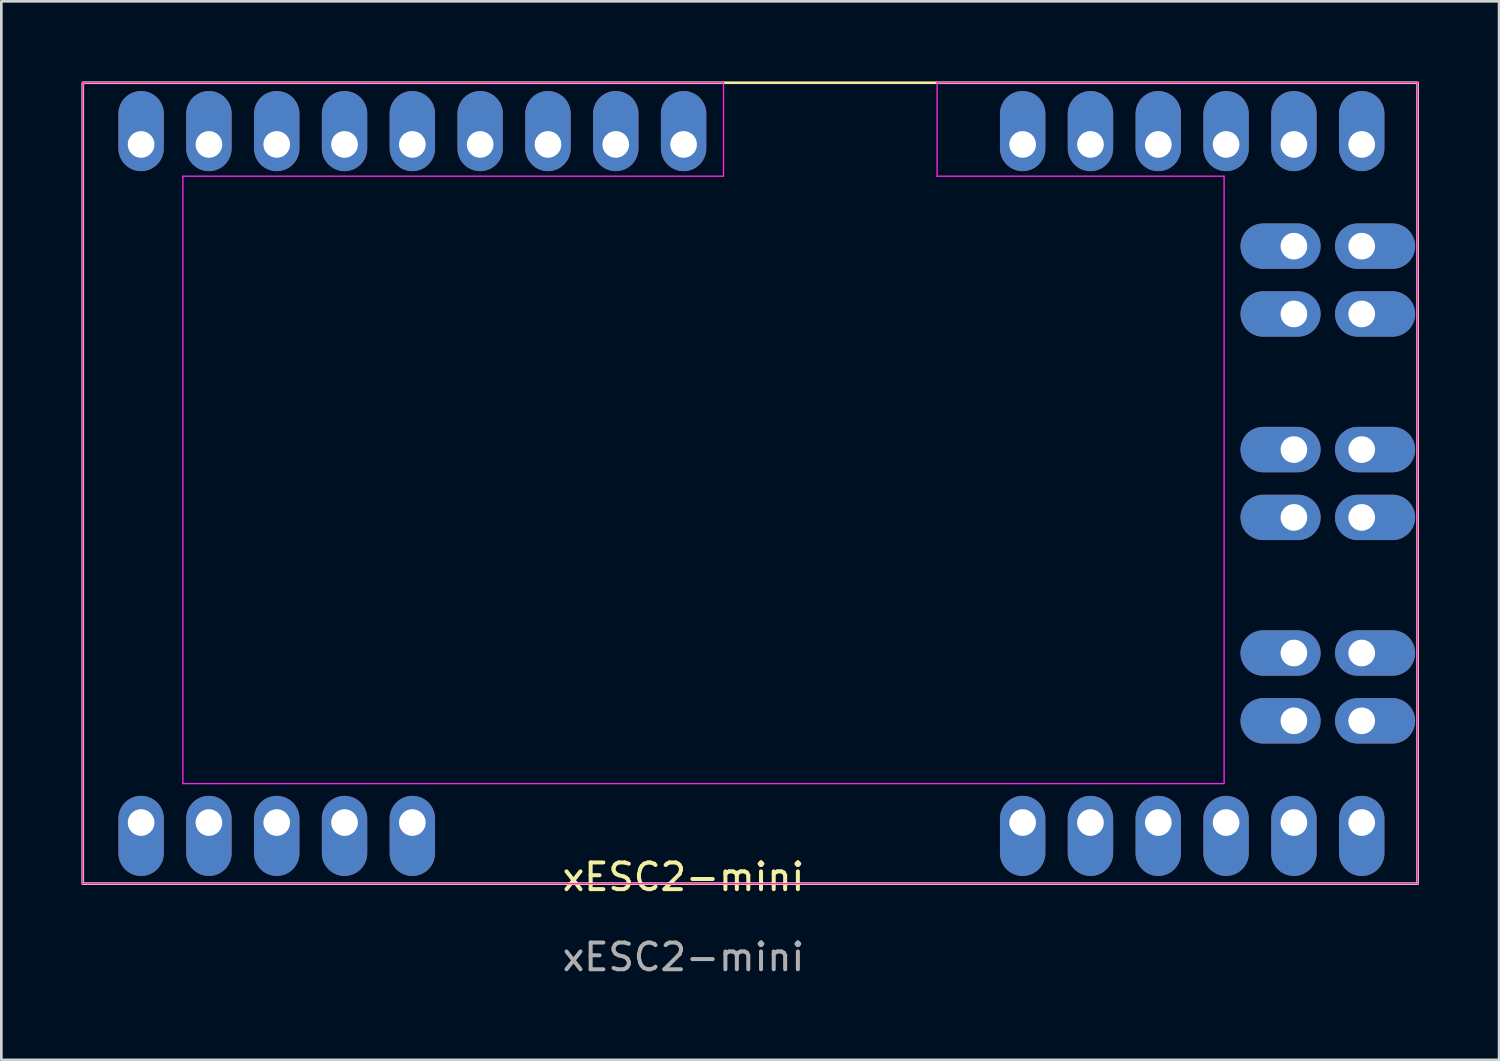
<source format=kicad_pcb>
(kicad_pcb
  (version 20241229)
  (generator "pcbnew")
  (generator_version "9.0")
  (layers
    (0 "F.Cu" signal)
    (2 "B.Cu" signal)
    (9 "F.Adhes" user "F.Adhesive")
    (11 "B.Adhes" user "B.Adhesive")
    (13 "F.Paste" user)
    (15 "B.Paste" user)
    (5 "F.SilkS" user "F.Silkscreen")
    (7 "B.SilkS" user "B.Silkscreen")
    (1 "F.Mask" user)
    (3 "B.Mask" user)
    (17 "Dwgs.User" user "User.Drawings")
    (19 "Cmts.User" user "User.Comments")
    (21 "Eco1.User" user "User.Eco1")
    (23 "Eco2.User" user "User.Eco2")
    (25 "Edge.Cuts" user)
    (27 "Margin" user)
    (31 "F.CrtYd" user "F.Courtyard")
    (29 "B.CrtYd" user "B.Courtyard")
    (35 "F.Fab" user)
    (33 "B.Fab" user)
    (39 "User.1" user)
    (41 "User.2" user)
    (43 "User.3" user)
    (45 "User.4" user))
  (footprint "xESC2-mini"
    (layer "F.Cu")
    (at 22.55 30.3)
    (property "Reference" "xESC2-mini" (at 0 -0.5 0) (unlocked yes) (layer "F.SilkS") (effects (font (size 1 1) (thickness 0.15))))
    (attr through_hole)
    (fp_rect (start -22.5 -30.25) (end 27.5 -0.25) (stroke (width 0.1) (type default)) (fill no) (layer "F.SilkS"))
    (fp_line (start -22.5 -30.25) (end -22.5 -0.25) (stroke (width 0.05) (type default)) (layer "F.CrtYd"))
    (fp_line (start -22.5 -0.25) (end 27.5 -0.25) (stroke (width 0.05) (type default)) (layer "F.CrtYd"))
    (fp_line (start -18.75 -26.75) (end 1.5 -26.75) (stroke (width 0.05) (type default)) (layer "F.CrtYd"))
    (fp_line (start -18.75 -4) (end -18.75 -26.75) (stroke (width 0.05) (type default)) (layer "F.CrtYd"))
    (fp_line (start 1.5 -30.25) (end -22.5 -30.25) (stroke (width 0.05) (type default)) (layer "F.CrtYd"))
    (fp_line (start 1.5 -26.75) (end 1.5 -30.25) (stroke (width 0.05) (type default)) (layer "F.CrtYd"))
    (fp_line (start 9.5 -30.25) (end 9.5 -26.75) (stroke (width 0.05) (type default)) (layer "F.CrtYd"))
    (fp_line (start 9.5 -26.75) (end 20.25 -26.75) (stroke (width 0.05) (type default)) (layer "F.CrtYd"))
    (fp_line (start 20.25 -26.75) (end 20.25 -4) (stroke (width 0.05) (type default)) (layer "F.CrtYd"))
    (fp_line (start 20.25 -4) (end -18.75 -4) (stroke (width 0.05) (type default)) (layer "F.CrtYd"))
    (fp_line (start 27.5 -30.25) (end 9.5 -30.25) (stroke (width 0.05) (type default)) (layer "F.CrtYd"))
    (fp_line (start 27.5 -0.25) (end 27.5 -30.25) (stroke (width 0.05) (type default)) (layer "F.CrtYd"))
    (fp_text user "${REFERENCE}" (at 0 2.5 0) (unlocked yes) (layer "F.Fab") (effects (font (size 1 1) (thickness 0.15))))
    (pad "1" thru_hole oval (at -17.775 -27.94 270) (size 3 1.7) (drill oval 1 (offset -0.5 0)) (layers "*.Cu" "*.Mask"))
    (pad "2" thru_hole oval (at -15.235 -27.94 270) (size 3 1.7) (drill oval 1 (offset -0.5 0)) (layers "*.Cu" "*.Mask"))
    (pad "3" thru_hole oval (at -10.155 -27.94 270) (size 3 1.7) (drill oval 1 (offset -0.5 0)) (layers "*.Cu" "*.Mask"))
    (pad "4" thru_hole oval (at -7.615 -27.94 270) (size 3 1.7) (drill oval 1 (offset -0.5 0)) (layers "*.Cu" "*.Mask"))
    (pad "5" thru_hole oval (at -5.075 -27.94 270) (size 3 1.7) (drill oval 1 (offset -0.5 0)) (layers "*.Cu" "*.Mask"))
    (pad "5V" thru_hole oval (at -12.695 -27.94 270) (size 3 1.7) (drill oval 1 (offset -0.5 0)) (layers "*.Cu" "*.Mask"))
    (pad "5V" thru_hole oval (at 17.785 -27.94 270) (size 3 1.7) (drill oval 1 (offset -0.5 0)) (layers "*.Cu" "*.Mask"))
    (pad "5V" thru_hole oval (at 17.785 -2.54 270) (size 3 1.7) (drill oval 1 (offset 0.5 0)) (layers "*.Cu" "*.Mask"))
    (pad "5V" thru_hole oval (at 20.325 -27.94 270) (size 3 1.7) (drill oval 1 (offset -0.5 0)) (layers "*.Cu" "*.Mask"))
    (pad "5V" thru_hole oval (at 20.325 -2.54 270) (size 3 1.7) (drill oval 1 (offset 0.5 0)) (layers "*.Cu" "*.Mask"))
    (pad "6" thru_hole oval (at -2.535 -27.94 270) (size 3 1.7) (drill oval 1 (offset -0.5 0)) (layers "*.Cu" "*.Mask"))
    (pad "11" thru_hole oval (at -20.315 -2.54 270) (size 3 1.7) (drill oval 1 (offset 0.5 0)) (layers "*.Cu" "*.Mask"))
    (pad "12" thru_hole oval (at -17.775 -2.54 270) (size 3 1.7) (drill oval 1 (offset 0.5 0)) (layers "*.Cu" "*.Mask"))
    (pad "13" thru_hole oval (at -15.235 -2.54 270) (size 3 1.7) (drill oval 1 (offset 0.5 0)) (layers "*.Cu" "*.Mask"))
    (pad "14" thru_hole oval (at -12.695 -2.54 270) (size 3 1.7) (drill oval 1 (offset 0.5 0)) (layers "*.Cu" "*.Mask"))
    (pad "GND" thru_hole oval (at -20.315 -27.94 270) (size 3 1.7) (drill oval 1 (offset -0.5 0)) (layers "*.Cu" "*.Mask"))
    (pad "GND" thru_hole oval (at -10.155 -2.54 270) (size 3 1.7) (drill oval 1 (offset 0.5 0)) (layers "*.Cu" "*.Mask"))
    (pad "GND" thru_hole oval (at 0.005 -27.94 270) (size 3 1.7) (drill oval 1 (offset -0.5 0)) (layers "*.Cu" "*.Mask"))
    (pad "GND" thru_hole oval (at 22.865 -27.94 270) (size 3 1.7) (drill oval 1 (offset -0.5 0)) (layers "*.Cu" "*.Mask"))
    (pad "GND" thru_hole oval (at 22.865 -2.54 270) (size 3 1.7) (drill oval 1 (offset 0.5 0)) (layers "*.Cu" "*.Mask"))
    (pad "GND" thru_hole oval (at 25.405 -27.94 270) (size 3 1.7) (drill oval 1 (offset -0.5 0)) (layers "*.Cu" "*.Mask"))
    (pad "GND" thru_hole oval (at 25.405 -2.54 270) (size 3 1.7) (drill oval 1 (offset 0.5 0)) (layers "*.Cu" "*.Mask"))
    (pad "U" thru_hole oval (at 22.865 -8.89 270) (size 1.7 3) (drill oval 1 (offset 0 0.5)) (layers "*.Cu" "*.Mask"))
    (pad "U" thru_hole oval (at 22.865 -6.35 270) (size 1.7 3) (drill oval 1 (offset 0 0.5)) (layers "*.Cu" "*.Mask"))
    (pad "U" thru_hole oval (at 25.405 -8.89 270) (size 1.7 3) (drill oval 1 (offset 0 -0.5)) (layers "*.Cu" "*.Mask"))
    (pad "U" thru_hole oval (at 25.405 -6.35 270) (size 1.7 3) (drill oval 1 (offset 0 -0.5)) (layers "*.Cu" "*.Mask"))
    (pad "V" thru_hole oval (at 22.865 -16.51 270) (size 1.7 3) (drill oval 1 (offset 0 0.5)) (layers "*.Cu" "*.Mask"))
    (pad "V" thru_hole oval (at 22.865 -13.97 270) (size 1.7 3) (drill oval 1 (offset 0 0.5)) (layers "*.Cu" "*.Mask"))
    (pad "V" thru_hole oval (at 25.405 -16.51 270) (size 1.7 3) (drill oval 1 (offset 0 -0.5)) (layers "*.Cu" "*.Mask"))
    (pad "V" thru_hole oval (at 25.405 -13.97 270) (size 1.7 3) (drill oval 1 (offset 0 -0.5)) (layers "*.Cu" "*.Mask"))
    (pad "VM" thru_hole oval (at 12.705 -27.94 270) (size 3 1.7) (drill oval 1 (offset -0.5 0)) (layers "*.Cu" "*.Mask"))
    (pad "VM" thru_hole oval (at 12.705 -2.54 270) (size 3 1.7) (drill oval 1 (offset 0.5 0)) (layers "*.Cu" "*.Mask"))
    (pad "VM" thru_hole oval (at 15.245 -27.94 270) (size 3 1.7) (drill oval 1 (offset -0.5 0)) (layers "*.Cu" "*.Mask"))
    (pad "VM" thru_hole oval (at 15.245 -2.54 270) (size 3 1.7) (drill oval 1 (offset 0.5 0)) (layers "*.Cu" "*.Mask"))
    (pad "W" thru_hole oval (at 22.865 -24.13 270) (size 1.7 3) (drill oval 1 (offset 0 0.5)) (layers "*.Cu" "*.Mask"))
    (pad "W" thru_hole oval (at 22.865 -21.59 270) (size 1.7 3) (drill oval 1 (offset 0 0.5)) (layers "*.Cu" "*.Mask"))
    (pad "W" thru_hole oval (at 25.405 -24.13 270) (size 1.7 3) (drill oval 1 (offset 0 -0.5)) (layers "*.Cu" "*.Mask"))
    (pad "W" thru_hole oval (at 25.405 -21.59 270) (size 1.7 3) (drill oval 1 (offset 0 -0.5)) (layers "*.Cu" "*.Mask")))
  (gr_rect
    (start -3 -3)
    (end 53.1 36.648)
    (stroke (width 0.1) (type default))
    (fill no)
    (layer "Edge.Cuts")))
</source>
